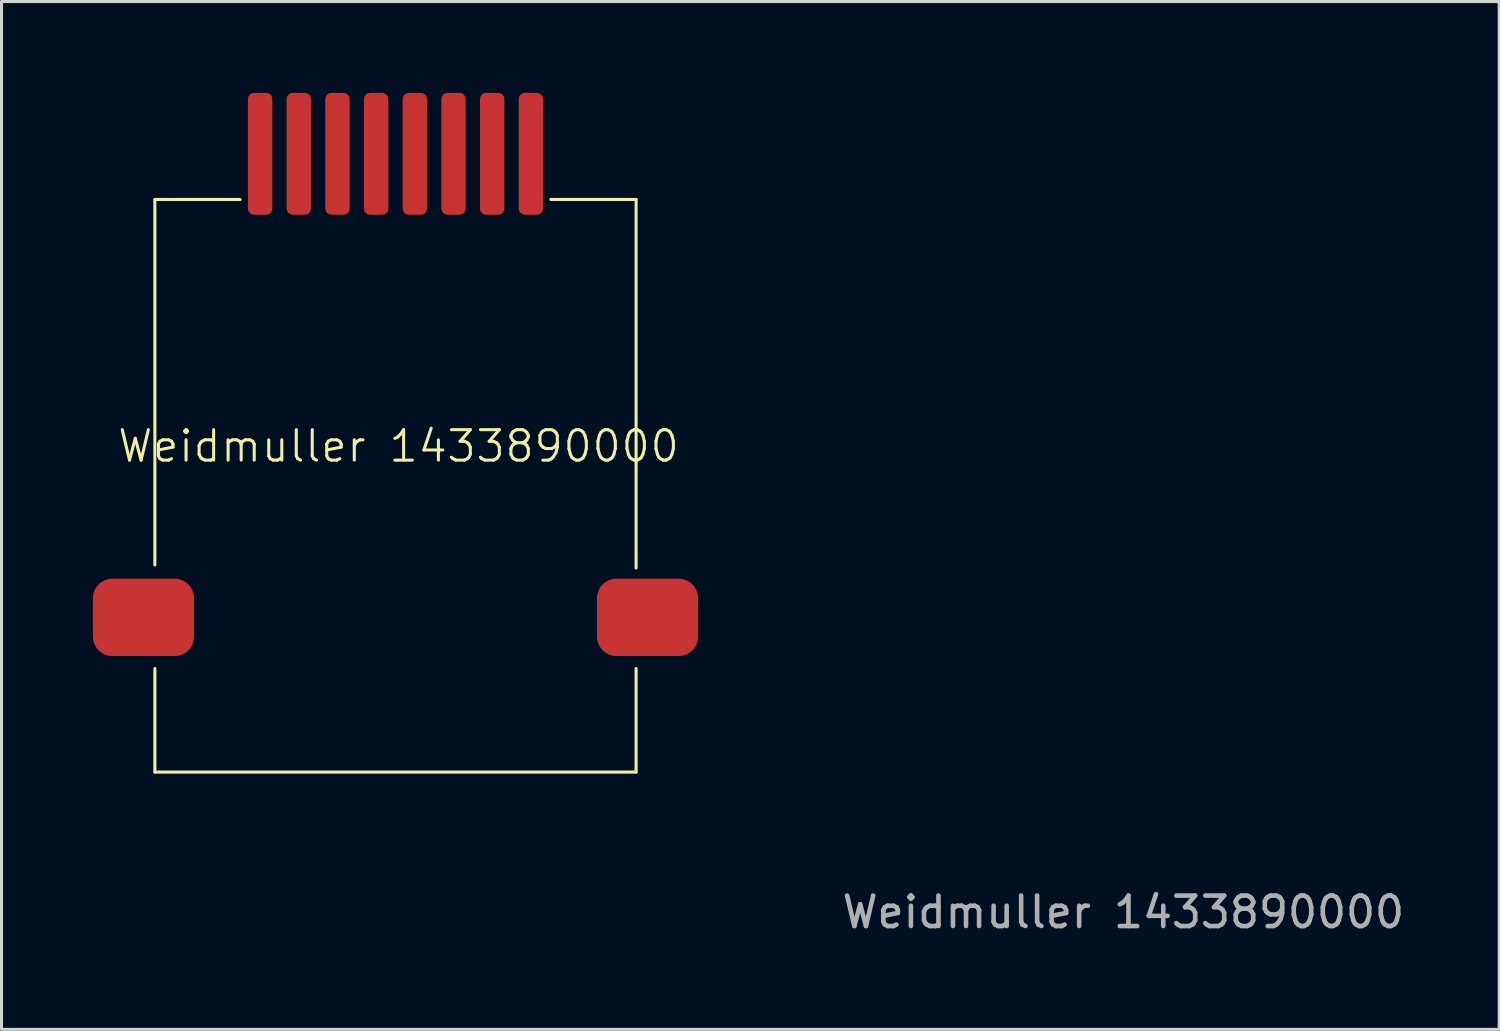
<source format=kicad_pcb>
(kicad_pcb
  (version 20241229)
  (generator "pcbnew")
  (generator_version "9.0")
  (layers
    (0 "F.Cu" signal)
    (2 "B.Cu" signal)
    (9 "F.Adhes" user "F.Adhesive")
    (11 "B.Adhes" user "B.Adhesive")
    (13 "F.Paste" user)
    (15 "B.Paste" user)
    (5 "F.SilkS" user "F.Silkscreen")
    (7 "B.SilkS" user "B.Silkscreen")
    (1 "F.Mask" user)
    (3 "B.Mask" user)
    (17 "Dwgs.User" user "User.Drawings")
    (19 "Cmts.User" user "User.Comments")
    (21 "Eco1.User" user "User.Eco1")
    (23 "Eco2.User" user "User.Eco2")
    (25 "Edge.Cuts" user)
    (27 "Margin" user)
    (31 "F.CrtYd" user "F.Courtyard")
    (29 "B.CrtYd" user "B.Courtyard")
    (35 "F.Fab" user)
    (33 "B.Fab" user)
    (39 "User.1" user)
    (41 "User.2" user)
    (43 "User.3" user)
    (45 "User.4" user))
  (footprint "Weidmuller 1433890000"
    (layer "F.Cu")
    (at 9.935 12.9)
    (property "Reference" "Weidmuller 1433890000" (at 0.1 -1.3 0) (unlocked yes) (layer "F.SilkS") (effects (font (size 1 1) (thickness 0.1))))
    (attr smd)
    (fp_line (start -7.9 -9.4) (end -7.9 2.6) (stroke (width 0.1) (type default)) (layer "F.SilkS"))
    (fp_line (start -7.9 -9.4) (end -5.1 -9.4) (stroke (width 0.1) (type default)) (layer "F.SilkS"))
    (fp_line (start -7.9 6) (end -7.9 9.4) (stroke (width 0.1) (type default)) (layer "F.SilkS"))
    (fp_line (start -7.9 9.4) (end 7.9 9.4) (stroke (width 0.1) (type default)) (layer "F.SilkS"))
    (fp_line (start 7.9 -9.4) (end 5.1 -9.4) (stroke (width 0.1) (type default)) (layer "F.SilkS"))
    (fp_line (start 7.9 -9.4) (end 7.9 2.7) (stroke (width 0.1) (type default)) (layer "F.SilkS"))
    (fp_line (start 7.9 9.4) (end 7.9 6) (stroke (width 0.1) (type default)) (layer "F.SilkS"))
    (fp_rect (start -7.9 -9.4) (end 7.9 9.4) (stroke (width 0.1) (type default)) (fill no) (layer "User.9"))
    (fp_text user "${REFERENCE}" (at 23.9 14 0) (unlocked yes) (layer "F.Fab") (effects (font (size 1 1) (thickness 0.15))))
    (pad "1" smd roundrect (at -4.445 -10.9) (size 0.8 4) (layers "F.Cu" "F.Mask" "F.Paste") (roundrect_rratio 0.25))
    (pad "2" smd roundrect (at -3.175 -10.9) (size 0.8 4) (layers "F.Cu" "F.Mask" "F.Paste") (roundrect_rratio 0.25))
    (pad "3" smd roundrect (at -1.905 -10.9) (size 0.8 4) (layers "F.Cu" "F.Mask" "F.Paste") (roundrect_rratio 0.25))
    (pad "4" smd roundrect (at -0.635 -10.9) (size 0.8 4) (layers "F.Cu" "F.Mask" "F.Paste") (roundrect_rratio 0.25))
    (pad "5" smd roundrect (at 0.635 -10.9) (size 0.8 4) (layers "F.Cu" "F.Mask" "F.Paste") (roundrect_rratio 0.25))
    (pad "6" smd roundrect (at 1.905 -10.9) (size 0.8 4) (layers "F.Cu" "F.Mask" "F.Paste") (roundrect_rratio 0.25))
    (pad "7" smd roundrect (at 3.175 -10.9) (size 0.8 4) (layers "F.Cu" "F.Mask" "F.Paste") (roundrect_rratio 0.25))
    (pad "8" smd roundrect (at 4.445 -10.9) (size 0.8 4) (layers "F.Cu" "F.Mask" "F.Paste") (roundrect_rratio 0.25))
    (pad "SH" smd roundrect (at -8.275 4.32) (size 3.32 2.54) (layers "F.Cu" "F.Mask" "F.Paste") (roundrect_rratio 0.25))
    (pad "SH" smd roundrect (at 8.275 4.32) (size 3.32 2.54) (layers "F.Cu" "F.Mask" "F.Paste") (roundrect_rratio 0.25)))
  (gr_rect
    (start -3 -3)
    (end 46.174 30.748)
    (stroke (width 0.1) (type default))
    (fill no)
    (layer "Edge.Cuts")))
</source>
